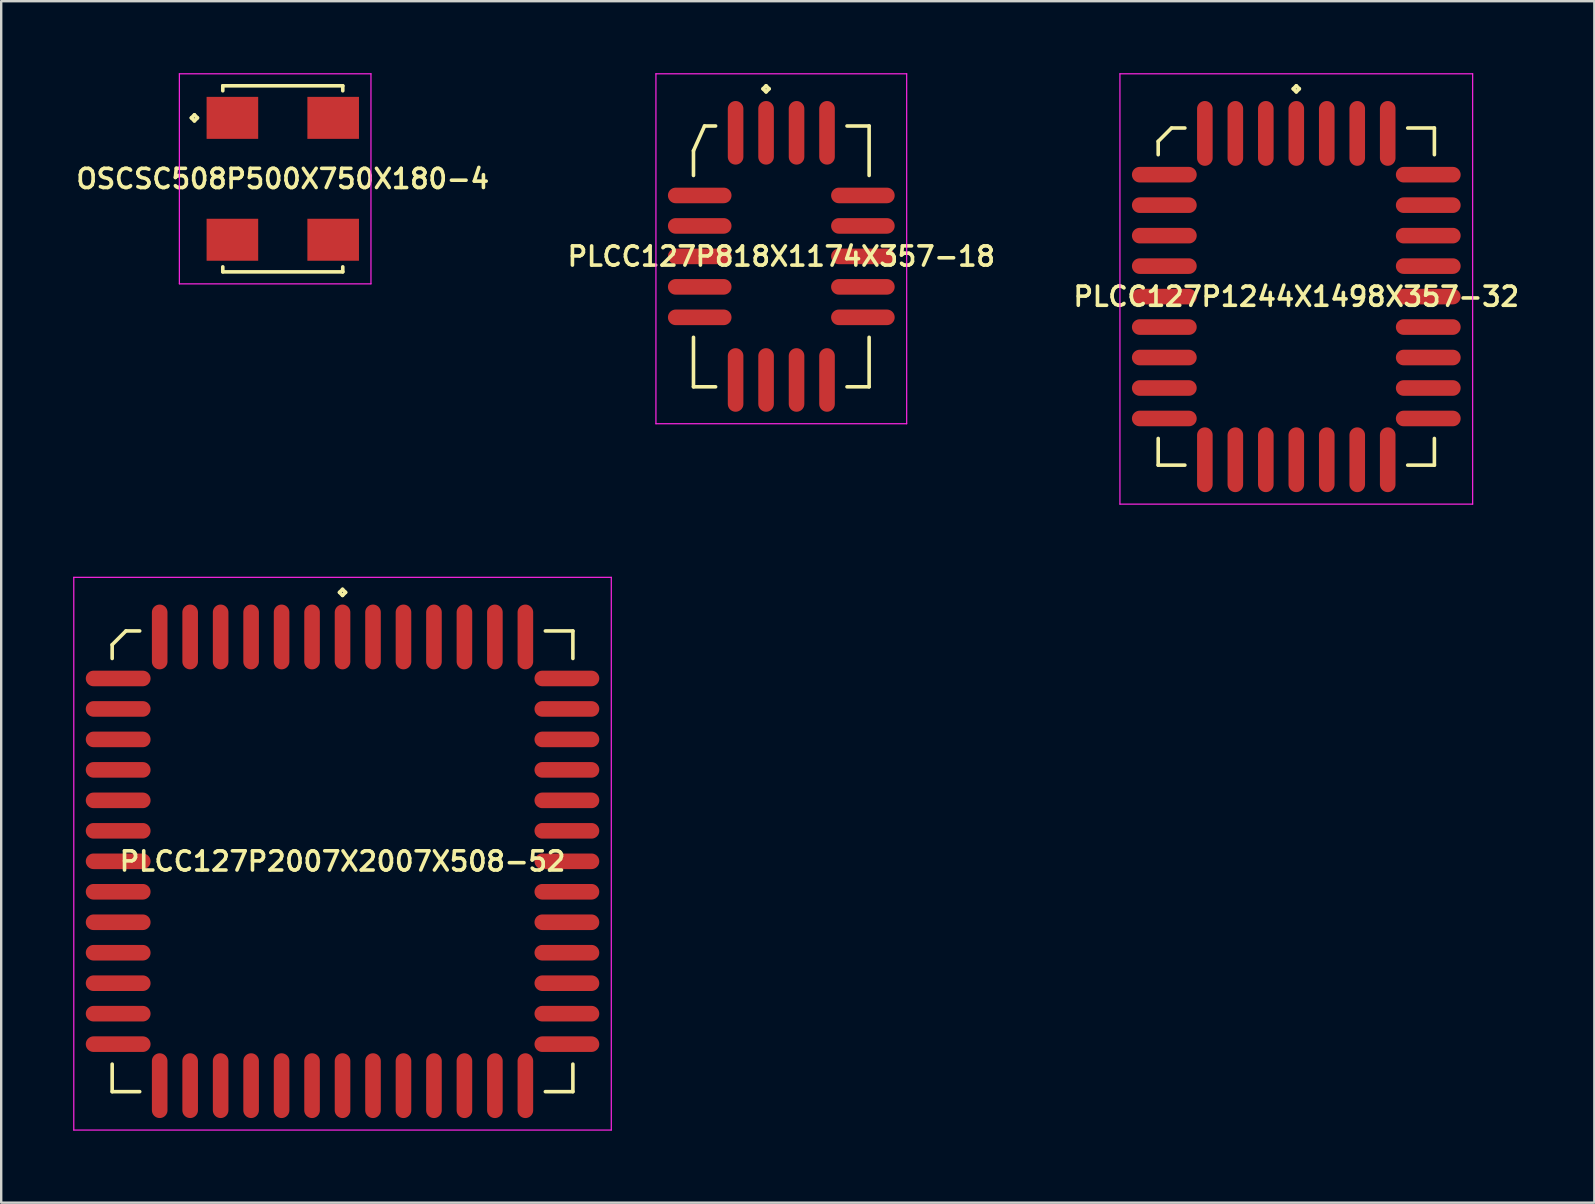
<source format=kicad_pcb>
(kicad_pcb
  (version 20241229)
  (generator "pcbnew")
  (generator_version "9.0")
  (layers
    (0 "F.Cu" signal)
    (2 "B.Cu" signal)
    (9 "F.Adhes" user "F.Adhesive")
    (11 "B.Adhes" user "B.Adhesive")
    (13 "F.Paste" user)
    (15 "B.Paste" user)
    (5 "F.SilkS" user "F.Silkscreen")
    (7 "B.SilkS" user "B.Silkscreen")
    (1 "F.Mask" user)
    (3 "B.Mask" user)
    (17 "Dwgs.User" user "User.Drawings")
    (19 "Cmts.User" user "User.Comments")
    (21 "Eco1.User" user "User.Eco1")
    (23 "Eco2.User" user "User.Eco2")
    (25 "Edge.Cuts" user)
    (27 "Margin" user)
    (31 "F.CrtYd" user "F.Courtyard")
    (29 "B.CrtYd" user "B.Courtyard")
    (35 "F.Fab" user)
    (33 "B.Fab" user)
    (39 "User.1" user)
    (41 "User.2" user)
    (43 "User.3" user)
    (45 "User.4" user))
  (footprint "OSCSC508P500X750X180-4"
    (layer "F.Cu")
    (at 8.735 4.402)
    (property "Reference" "OSCSC508P500X750X180-4" (at 0 0 0) (layer "F.SilkS") (effects (font (size 0.8 0.8) (thickness 0.15))))
    (attr smd)
    (fp_line (start -3.81 -2.54) (end -3.683 -2.667) (stroke (width 0.15) (type solid)) (layer "F.SilkS"))
    (fp_line (start -3.683 -2.667) (end -3.556 -2.54) (stroke (width 0.15) (type solid)) (layer "F.SilkS"))
    (fp_line (start -3.683 -2.413) (end -3.81 -2.54) (stroke (width 0.15) (type solid)) (layer "F.SilkS"))
    (fp_line (start -3.556 -2.54) (end -3.683 -2.413) (stroke (width 0.15) (type solid)) (layer "F.SilkS"))
    (fp_line (start -2.5 -3.877) (end 2.5 -3.877) (stroke (width 0.15) (type solid)) (layer "F.SilkS"))
    (fp_line (start -2.5 -3.669) (end -2.5 -3.877) (stroke (width 0.15) (type solid)) (layer "F.SilkS"))
    (fp_line (start -2.5 3.669) (end -2.5 3.877) (stroke (width 0.15) (type solid)) (layer "F.SilkS"))
    (fp_line (start -2.5 3.877) (end 2.5 3.877) (stroke (width 0.15) (type solid)) (layer "F.SilkS"))
    (fp_line (start 2.5 -3.877) (end 2.5 -3.669) (stroke (width 0.15) (type solid)) (layer "F.SilkS"))
    (fp_line (start 2.5 3.877) (end 2.5 3.669) (stroke (width 0.15) (type solid)) (layer "F.SilkS"))
    (fp_line (start -4.31 -4.377) (end 3.675 -4.377) (stroke (width 0.05) (type solid)) (layer "F.CrtYd"))
    (fp_line (start -4.31 4.377) (end -4.31 -4.377) (stroke (width 0.05) (type solid)) (layer "F.CrtYd"))
    (fp_line (start 3.675 -4.377) (end 3.675 4.377) (stroke (width 0.05) (type solid)) (layer "F.CrtYd"))
    (fp_line (start 3.675 4.377) (end -4.31 4.377) (stroke (width 0.05) (type solid)) (layer "F.CrtYd"))
    (pad "1" smd rect (at -2.1 -2.54) (size 2.15 1.75) (layers "F.Cu" "F.Mask" "F.Paste"))
    (pad "2" smd rect (at -2.1 2.54) (size 2.15 1.75) (layers "F.Cu" "F.Mask" "F.Paste"))
    (pad "3" smd rect (at 2.1 2.54) (size 2.15 1.75) (layers "F.Cu" "F.Mask" "F.Paste"))
    (pad "4" smd rect (at 2.1 -2.54) (size 2.15 1.75) (layers "F.Cu" "F.Mask" "F.Paste")))
  (footprint "PLCC127P1244X1498X357-32"
    (layer "F.Cu")
    (at 50.973 9.31)
    (property "Reference" "PLCC127P1244X1498X357-32" (at 0 0 0) (layer "F.SilkS") (effects (font (size 0.8 0.8) (thickness 0.15))))
    (attr smd)
    (fp_line (start -5.755 -6.469) (end -5.199 -7.025) (stroke (width 0.15) (type solid)) (layer "F.SilkS"))
    (fp_line (start -5.755 -5.913) (end -5.755 -6.469) (stroke (width 0.15) (type solid)) (layer "F.SilkS"))
    (fp_line (start -5.755 5.913) (end -5.755 7.025) (stroke (width 0.15) (type solid)) (layer "F.SilkS"))
    (fp_line (start -5.755 7.025) (end -4.643 7.025) (stroke (width 0.15) (type solid)) (layer "F.SilkS"))
    (fp_line (start -5.199 -7.025) (end -4.643 -7.025) (stroke (width 0.15) (type solid)) (layer "F.SilkS"))
    (fp_line (start -0.127 -8.658) (end 0 -8.785) (stroke (width 0.15) (type solid)) (layer "F.SilkS"))
    (fp_line (start 0 -8.785) (end 0.127 -8.658) (stroke (width 0.15) (type solid)) (layer "F.SilkS"))
    (fp_line (start 0 -8.531) (end -0.127 -8.658) (stroke (width 0.15) (type solid)) (layer "F.SilkS"))
    (fp_line (start 0.127 -8.658) (end 0 -8.531) (stroke (width 0.15) (type solid)) (layer "F.SilkS"))
    (fp_line (start 5.755 -7.025) (end 4.643 -7.025) (stroke (width 0.15) (type solid)) (layer "F.SilkS"))
    (fp_line (start 5.755 -5.913) (end 5.755 -7.025) (stroke (width 0.15) (type solid)) (layer "F.SilkS"))
    (fp_line (start 5.755 5.913) (end 5.755 7.025) (stroke (width 0.15) (type solid)) (layer "F.SilkS"))
    (fp_line (start 5.755 7.025) (end 4.643 7.025) (stroke (width 0.15) (type solid)) (layer "F.SilkS"))
    (fp_line (start -7.35 -9.285) (end 7.35 -9.285) (stroke (width 0.05) (type solid)) (layer "F.CrtYd"))
    (fp_line (start -7.35 8.65) (end -7.35 -9.285) (stroke (width 0.05) (type solid)) (layer "F.CrtYd"))
    (fp_line (start 7.35 -9.285) (end 7.35 8.65) (stroke (width 0.05) (type solid)) (layer "F.CrtYd"))
    (fp_line (start 7.35 8.65) (end -7.35 8.65) (stroke (width 0.05) (type solid)) (layer "F.CrtYd"))
    (pad "1" smd oval (at 0 -6.8) (size 0.65 2.7) (layers "F.Cu" "F.Mask" "F.Paste"))
    (pad "2" smd oval (at -1.27 -6.8) (size 0.65 2.7) (layers "F.Cu" "F.Mask" "F.Paste"))
    (pad "3" smd oval (at -2.54 -6.8) (size 0.65 2.7) (layers "F.Cu" "F.Mask" "F.Paste"))
    (pad "4" smd oval (at -3.81 -6.8) (size 0.65 2.7) (layers "F.Cu" "F.Mask" "F.Paste"))
    (pad "5" smd oval (at -5.5 -5.08) (size 2.7 0.65) (layers "F.Cu" "F.Mask" "F.Paste"))
    (pad "6" smd oval (at -5.5 -3.81) (size 2.7 0.65) (layers "F.Cu" "F.Mask" "F.Paste"))
    (pad "7" smd oval (at -5.5 -2.54) (size 2.7 0.65) (layers "F.Cu" "F.Mask" "F.Paste"))
    (pad "8" smd oval (at -5.5 -1.27) (size 2.7 0.65) (layers "F.Cu" "F.Mask" "F.Paste"))
    (pad "9" smd oval (at -5.5 0) (size 2.7 0.65) (layers "F.Cu" "F.Mask" "F.Paste"))
    (pad "10" smd oval (at -5.5 1.27) (size 2.7 0.65) (layers "F.Cu" "F.Mask" "F.Paste"))
    (pad "11" smd oval (at -5.5 2.54) (size 2.7 0.65) (layers "F.Cu" "F.Mask" "F.Paste"))
    (pad "12" smd oval (at -5.5 3.81) (size 2.7 0.65) (layers "F.Cu" "F.Mask" "F.Paste"))
    (pad "13" smd oval (at -5.5 5.08) (size 2.7 0.65) (layers "F.Cu" "F.Mask" "F.Paste"))
    (pad "14" smd oval (at -3.81 6.8) (size 0.65 2.7) (layers "F.Cu" "F.Mask" "F.Paste"))
    (pad "15" smd oval (at -2.54 6.8) (size 0.65 2.7) (layers "F.Cu" "F.Mask" "F.Paste"))
    (pad "16" smd oval (at -1.27 6.8) (size 0.65 2.7) (layers "F.Cu" "F.Mask" "F.Paste"))
    (pad "17" smd oval (at 0 6.8) (size 0.65 2.7) (layers "F.Cu" "F.Mask" "F.Paste"))
    (pad "18" smd oval (at 1.27 6.8) (size 0.65 2.7) (layers "F.Cu" "F.Mask" "F.Paste"))
    (pad "19" smd oval (at 2.54 6.8) (size 0.65 2.7) (layers "F.Cu" "F.Mask" "F.Paste"))
    (pad "20" smd oval (at 3.81 6.8) (size 0.65 2.7) (layers "F.Cu" "F.Mask" "F.Paste"))
    (pad "21" smd oval (at 5.5 5.08) (size 2.7 0.65) (layers "F.Cu" "F.Mask" "F.Paste"))
    (pad "22" smd oval (at 5.5 3.81) (size 2.7 0.65) (layers "F.Cu" "F.Mask" "F.Paste"))
    (pad "23" smd oval (at 5.5 2.54) (size 2.7 0.65) (layers "F.Cu" "F.Mask" "F.Paste"))
    (pad "24" smd oval (at 5.5 1.27) (size 2.7 0.65) (layers "F.Cu" "F.Mask" "F.Paste"))
    (pad "25" smd oval (at 5.5 0) (size 2.7 0.65) (layers "F.Cu" "F.Mask" "F.Paste"))
    (pad "26" smd oval (at 5.5 -1.27) (size 2.7 0.65) (layers "F.Cu" "F.Mask" "F.Paste"))
    (pad "27" smd oval (at 5.5 -2.54) (size 2.7 0.65) (layers "F.Cu" "F.Mask" "F.Paste"))
    (pad "28" smd oval (at 5.5 -3.81) (size 2.7 0.65) (layers "F.Cu" "F.Mask" "F.Paste"))
    (pad "29" smd oval (at 5.5 -5.08) (size 2.7 0.65) (layers "F.Cu" "F.Mask" "F.Paste"))
    (pad "30" smd oval (at 3.81 -6.8) (size 0.65 2.7) (layers "F.Cu" "F.Mask" "F.Paste"))
    (pad "31" smd oval (at 2.54 -6.8) (size 0.65 2.7) (layers "F.Cu" "F.Mask" "F.Paste"))
    (pad "32" smd oval (at 1.27 -6.8) (size 0.65 2.7) (layers "F.Cu" "F.Mask" "F.Paste")))
  (footprint "PLCC127P818X1174X357-18"
    (layer "F.Cu")
    (at 29.511 7.635)
    (property "Reference" "PLCC127P818X1174X357-18" (at 0 0 0) (layer "F.SilkS") (effects (font (size 0.8 0.8) (thickness 0.15))))
    (attr smd)
    (fp_line (start -3.66 -4.404) (end -3.199 -5.435) (stroke (width 0.15) (type solid)) (layer "F.SilkS"))
    (fp_line (start -3.66 -3.373) (end -3.66 -4.404) (stroke (width 0.15) (type solid)) (layer "F.SilkS"))
    (fp_line (start -3.66 3.373) (end -3.66 5.435) (stroke (width 0.15) (type solid)) (layer "F.SilkS"))
    (fp_line (start -3.66 5.435) (end -2.738 5.435) (stroke (width 0.15) (type solid)) (layer "F.SilkS"))
    (fp_line (start -3.199 -5.435) (end -2.738 -5.435) (stroke (width 0.15) (type solid)) (layer "F.SilkS"))
    (fp_line (start -0.762 -6.983) (end -0.635 -7.11) (stroke (width 0.15) (type solid)) (layer "F.SilkS"))
    (fp_line (start -0.635 -7.11) (end -0.508 -6.983) (stroke (width 0.15) (type solid)) (layer "F.SilkS"))
    (fp_line (start -0.635 -6.856) (end -0.762 -6.983) (stroke (width 0.15) (type solid)) (layer "F.SilkS"))
    (fp_line (start -0.508 -6.983) (end -0.635 -6.856) (stroke (width 0.15) (type solid)) (layer "F.SilkS"))
    (fp_line (start 3.66 -5.435) (end 2.738 -5.435) (stroke (width 0.15) (type solid)) (layer "F.SilkS"))
    (fp_line (start 3.66 -3.373) (end 3.66 -5.435) (stroke (width 0.15) (type solid)) (layer "F.SilkS"))
    (fp_line (start 3.66 3.373) (end 3.66 5.435) (stroke (width 0.15) (type solid)) (layer "F.SilkS"))
    (fp_line (start 3.66 5.435) (end 2.738 5.435) (stroke (width 0.15) (type solid)) (layer "F.SilkS"))
    (fp_line (start -5.225 -7.61) (end 5.225 -7.61) (stroke (width 0.05) (type solid)) (layer "F.CrtYd"))
    (fp_line (start -5.225 6.975) (end -5.225 -7.61) (stroke (width 0.05) (type solid)) (layer "F.CrtYd"))
    (fp_line (start 5.225 -7.61) (end 5.225 6.975) (stroke (width 0.05) (type solid)) (layer "F.CrtYd"))
    (fp_line (start 5.225 6.975) (end -5.225 6.975) (stroke (width 0.05) (type solid)) (layer "F.CrtYd"))
    (pad "1" smd oval (at -0.635 -5.15) (size 0.65 2.65) (layers "F.Cu" "F.Mask" "F.Paste"))
    (pad "2" smd oval (at -1.905 -5.15) (size 0.65 2.65) (layers "F.Cu" "F.Mask" "F.Paste"))
    (pad "3" smd oval (at -3.4 -2.54) (size 2.65 0.65) (layers "F.Cu" "F.Mask" "F.Paste"))
    (pad "4" smd oval (at -3.4 -1.27) (size 2.65 0.65) (layers "F.Cu" "F.Mask" "F.Paste"))
    (pad "5" smd oval (at -3.4 0) (size 2.65 0.65) (layers "F.Cu" "F.Mask" "F.Paste"))
    (pad "6" smd oval (at -3.4 1.27) (size 2.65 0.65) (layers "F.Cu" "F.Mask" "F.Paste"))
    (pad "7" smd oval (at -3.4 2.54) (size 2.65 0.65) (layers "F.Cu" "F.Mask" "F.Paste"))
    (pad "8" smd oval (at -1.905 5.15) (size 0.65 2.65) (layers "F.Cu" "F.Mask" "F.Paste"))
    (pad "9" smd oval (at -0.635 5.15) (size 0.65 2.65) (layers "F.Cu" "F.Mask" "F.Paste"))
    (pad "10" smd oval (at 0.635 5.15) (size 0.65 2.65) (layers "F.Cu" "F.Mask" "F.Paste"))
    (pad "11" smd oval (at 1.905 5.15) (size 0.65 2.65) (layers "F.Cu" "F.Mask" "F.Paste"))
    (pad "12" smd oval (at 3.4 2.54) (size 2.65 0.65) (layers "F.Cu" "F.Mask" "F.Paste"))
    (pad "13" smd oval (at 3.4 1.27) (size 2.65 0.65) (layers "F.Cu" "F.Mask" "F.Paste"))
    (pad "14" smd oval (at 3.4 0) (size 2.65 0.65) (layers "F.Cu" "F.Mask" "F.Paste"))
    (pad "15" smd oval (at 3.4 -1.27) (size 2.65 0.65) (layers "F.Cu" "F.Mask" "F.Paste"))
    (pad "16" smd oval (at 3.4 -2.54) (size 2.65 0.65) (layers "F.Cu" "F.Mask" "F.Paste"))
    (pad "17" smd oval (at 1.905 -5.15) (size 0.65 2.65) (layers "F.Cu" "F.Mask" "F.Paste"))
    (pad "18" smd oval (at 0.635 -5.15) (size 0.65 2.65) (layers "F.Cu" "F.Mask" "F.Paste")))
  (footprint "PLCC127P2007X2007X508-52"
    (layer "F.Cu")
    (at 11.225 32.845)
    (property "Reference" "PLCC127P2007X2007X508-52" (at 0 0 0) (layer "F.SilkS") (effects (font (size 0.8 0.8) (thickness 0.15))))
    (attr smd)
    (fp_line (start -9.6 -9.027) (end -9.027 -9.6) (stroke (width 0.15) (type solid)) (layer "F.SilkS"))
    (fp_line (start -9.6 -8.453) (end -9.6 -9.027) (stroke (width 0.15) (type solid)) (layer "F.SilkS"))
    (fp_line (start -9.6 8.453) (end -9.6 9.6) (stroke (width 0.15) (type solid)) (layer "F.SilkS"))
    (fp_line (start -9.6 9.6) (end -8.453 9.6) (stroke (width 0.15) (type solid)) (layer "F.SilkS"))
    (fp_line (start -9.027 -9.6) (end -8.453 -9.6) (stroke (width 0.15) (type solid)) (layer "F.SilkS"))
    (fp_line (start -0.127 -11.208) (end 0 -11.335) (stroke (width 0.15) (type solid)) (layer "F.SilkS"))
    (fp_line (start 0 -11.335) (end 0.127 -11.208) (stroke (width 0.15) (type solid)) (layer "F.SilkS"))
    (fp_line (start 0 -11.081) (end -0.127 -11.208) (stroke (width 0.15) (type solid)) (layer "F.SilkS"))
    (fp_line (start 0.127 -11.208) (end 0 -11.081) (stroke (width 0.15) (type solid)) (layer "F.SilkS"))
    (fp_line (start 9.6 -9.6) (end 8.453 -9.6) (stroke (width 0.15) (type solid)) (layer "F.SilkS"))
    (fp_line (start 9.6 -8.453) (end 9.6 -9.6) (stroke (width 0.15) (type solid)) (layer "F.SilkS"))
    (fp_line (start 9.6 8.453) (end 9.6 9.6) (stroke (width 0.15) (type solid)) (layer "F.SilkS"))
    (fp_line (start 9.6 9.6) (end 8.453 9.6) (stroke (width 0.15) (type solid)) (layer "F.SilkS"))
    (fp_line (start -11.2 -11.835) (end 11.2 -11.835) (stroke (width 0.05) (type solid)) (layer "F.CrtYd"))
    (fp_line (start -11.2 11.2) (end -11.2 -11.835) (stroke (width 0.05) (type solid)) (layer "F.CrtYd"))
    (fp_line (start 11.2 -11.835) (end 11.2 11.2) (stroke (width 0.05) (type solid)) (layer "F.CrtYd"))
    (fp_line (start 11.2 11.2) (end -11.2 11.2) (stroke (width 0.05) (type solid)) (layer "F.CrtYd"))
    (pad "1" smd oval (at 0 -9.35) (size 0.65 2.7) (layers "F.Cu" "F.Mask" "F.Paste"))
    (pad "2" smd oval (at -1.27 -9.35) (size 0.65 2.7) (layers "F.Cu" "F.Mask" "F.Paste"))
    (pad "3" smd oval (at -2.54 -9.35) (size 0.65 2.7) (layers "F.Cu" "F.Mask" "F.Paste"))
    (pad "4" smd oval (at -3.81 -9.35) (size 0.65 2.7) (layers "F.Cu" "F.Mask" "F.Paste"))
    (pad "5" smd oval (at -5.08 -9.35) (size 0.65 2.7) (layers "F.Cu" "F.Mask" "F.Paste"))
    (pad "6" smd oval (at -6.35 -9.35) (size 0.65 2.7) (layers "F.Cu" "F.Mask" "F.Paste"))
    (pad "7" smd oval (at -7.62 -9.35) (size 0.65 2.7) (layers "F.Cu" "F.Mask" "F.Paste"))
    (pad "8" smd oval (at -9.35 -7.62) (size 2.7 0.65) (layers "F.Cu" "F.Mask" "F.Paste"))
    (pad "9" smd oval (at -9.35 -6.35) (size 2.7 0.65) (layers "F.Cu" "F.Mask" "F.Paste"))
    (pad "10" smd oval (at -9.35 -5.08) (size 2.7 0.65) (layers "F.Cu" "F.Mask" "F.Paste"))
    (pad "11" smd oval (at -9.35 -3.81) (size 2.7 0.65) (layers "F.Cu" "F.Mask" "F.Paste"))
    (pad "12" smd oval (at -9.35 -2.54) (size 2.7 0.65) (layers "F.Cu" "F.Mask" "F.Paste"))
    (pad "13" smd oval (at -9.35 -1.27) (size 2.7 0.65) (layers "F.Cu" "F.Mask" "F.Paste"))
    (pad "14" smd oval (at -9.35 0) (size 2.7 0.65) (layers "F.Cu" "F.Mask" "F.Paste"))
    (pad "15" smd oval (at -9.35 1.27) (size 2.7 0.65) (layers "F.Cu" "F.Mask" "F.Paste"))
    (pad "16" smd oval (at -9.35 2.54) (size 2.7 0.65) (layers "F.Cu" "F.Mask" "F.Paste"))
    (pad "17" smd oval (at -9.35 3.81) (size 2.7 0.65) (layers "F.Cu" "F.Mask" "F.Paste"))
    (pad "18" smd oval (at -9.35 5.08) (size 2.7 0.65) (layers "F.Cu" "F.Mask" "F.Paste"))
    (pad "19" smd oval (at -9.35 6.35) (size 2.7 0.65) (layers "F.Cu" "F.Mask" "F.Paste"))
    (pad "20" smd oval (at -9.35 7.62) (size 2.7 0.65) (layers "F.Cu" "F.Mask" "F.Paste"))
    (pad "21" smd oval (at -7.62 9.35) (size 0.65 2.7) (layers "F.Cu" "F.Mask" "F.Paste"))
    (pad "22" smd oval (at -6.35 9.35) (size 0.65 2.7) (layers "F.Cu" "F.Mask" "F.Paste"))
    (pad "23" smd oval (at -5.08 9.35) (size 0.65 2.7) (layers "F.Cu" "F.Mask" "F.Paste"))
    (pad "24" smd oval (at -3.81 9.35) (size 0.65 2.7) (layers "F.Cu" "F.Mask" "F.Paste"))
    (pad "25" smd oval (at -2.54 9.35) (size 0.65 2.7) (layers "F.Cu" "F.Mask" "F.Paste"))
    (pad "26" smd oval (at -1.27 9.35) (size 0.65 2.7) (layers "F.Cu" "F.Mask" "F.Paste"))
    (pad "27" smd oval (at 0 9.35) (size 0.65 2.7) (layers "F.Cu" "F.Mask" "F.Paste"))
    (pad "28" smd oval (at 1.27 9.35) (size 0.65 2.7) (layers "F.Cu" "F.Mask" "F.Paste"))
    (pad "29" smd oval (at 2.54 9.35) (size 0.65 2.7) (layers "F.Cu" "F.Mask" "F.Paste"))
    (pad "30" smd oval (at 3.81 9.35) (size 0.65 2.7) (layers "F.Cu" "F.Mask" "F.Paste"))
    (pad "31" smd oval (at 5.08 9.35) (size 0.65 2.7) (layers "F.Cu" "F.Mask" "F.Paste"))
    (pad "32" smd oval (at 6.35 9.35) (size 0.65 2.7) (layers "F.Cu" "F.Mask" "F.Paste"))
    (pad "33" smd oval (at 7.62 9.35) (size 0.65 2.7) (layers "F.Cu" "F.Mask" "F.Paste"))
    (pad "34" smd oval (at 9.35 7.62) (size 2.7 0.65) (layers "F.Cu" "F.Mask" "F.Paste"))
    (pad "35" smd oval (at 9.35 6.35) (size 2.7 0.65) (layers "F.Cu" "F.Mask" "F.Paste"))
    (pad "36" smd oval (at 9.35 5.08) (size 2.7 0.65) (layers "F.Cu" "F.Mask" "F.Paste"))
    (pad "37" smd oval (at 9.35 3.81) (size 2.7 0.65) (layers "F.Cu" "F.Mask" "F.Paste"))
    (pad "38" smd oval (at 9.35 2.54) (size 2.7 0.65) (layers "F.Cu" "F.Mask" "F.Paste"))
    (pad "39" smd oval (at 9.35 1.27) (size 2.7 0.65) (layers "F.Cu" "F.Mask" "F.Paste"))
    (pad "40" smd oval (at 9.35 0) (size 2.7 0.65) (layers "F.Cu" "F.Mask" "F.Paste"))
    (pad "41" smd oval (at 9.35 -1.27) (size 2.7 0.65) (layers "F.Cu" "F.Mask" "F.Paste"))
    (pad "42" smd oval (at 9.35 -2.54) (size 2.7 0.65) (layers "F.Cu" "F.Mask" "F.Paste"))
    (pad "43" smd oval (at 9.35 -3.81) (size 2.7 0.65) (layers "F.Cu" "F.Mask" "F.Paste"))
    (pad "44" smd oval (at 9.35 -5.08) (size 2.7 0.65) (layers "F.Cu" "F.Mask" "F.Paste"))
    (pad "45" smd oval (at 9.35 -6.35) (size 2.7 0.65) (layers "F.Cu" "F.Mask" "F.Paste"))
    (pad "46" smd oval (at 9.35 -7.62) (size 2.7 0.65) (layers "F.Cu" "F.Mask" "F.Paste"))
    (pad "47" smd oval (at 7.62 -9.35) (size 0.65 2.7) (layers "F.Cu" "F.Mask" "F.Paste"))
    (pad "48" smd oval (at 6.35 -9.35) (size 0.65 2.7) (layers "F.Cu" "F.Mask" "F.Paste"))
    (pad "49" smd oval (at 5.08 -9.35) (size 0.65 2.7) (layers "F.Cu" "F.Mask" "F.Paste"))
    (pad "50" smd oval (at 3.81 -9.35) (size 0.65 2.7) (layers "F.Cu" "F.Mask" "F.Paste"))
    (pad "51" smd oval (at 2.54 -9.35) (size 0.65 2.7) (layers "F.Cu" "F.Mask" "F.Paste"))
    (pad "52" smd oval (at 1.27 -9.35) (size 0.65 2.7) (layers "F.Cu" "F.Mask" "F.Paste")))
  (gr_rect
    (start -3 -3)
    (end 63.394 47.07)
    (stroke (width 0.1) (type default))
    (fill no)
    (layer "Edge.Cuts")))
</source>
